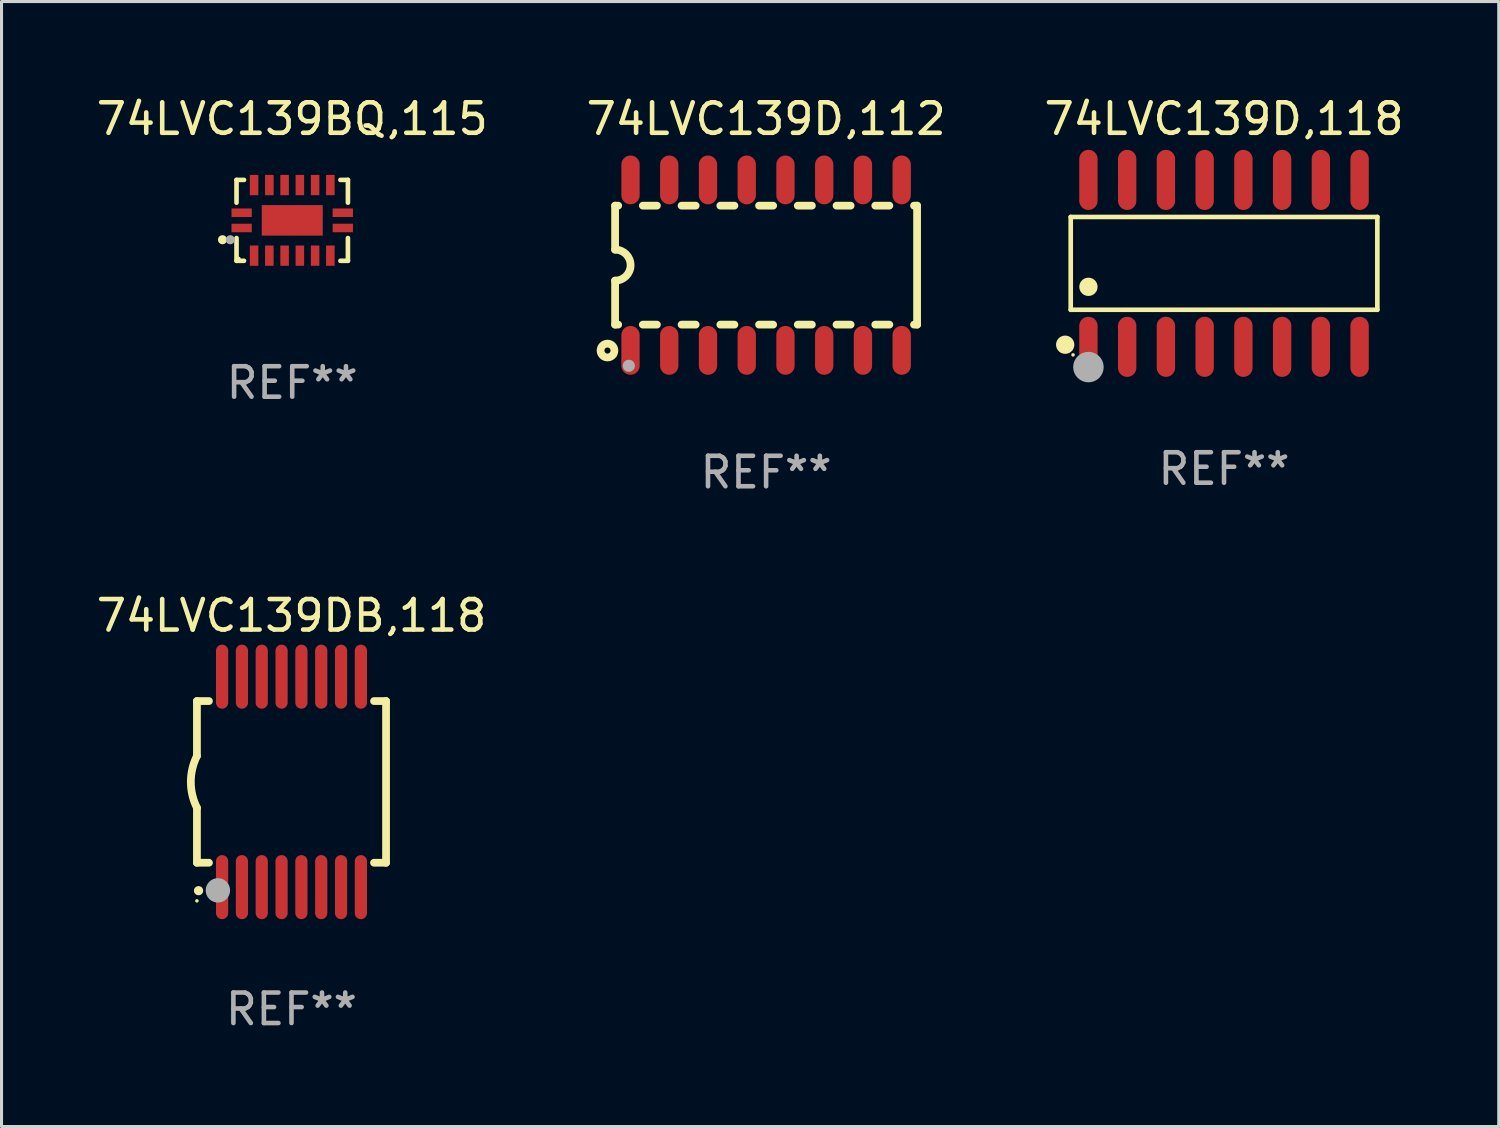
<source format=kicad_pcb>
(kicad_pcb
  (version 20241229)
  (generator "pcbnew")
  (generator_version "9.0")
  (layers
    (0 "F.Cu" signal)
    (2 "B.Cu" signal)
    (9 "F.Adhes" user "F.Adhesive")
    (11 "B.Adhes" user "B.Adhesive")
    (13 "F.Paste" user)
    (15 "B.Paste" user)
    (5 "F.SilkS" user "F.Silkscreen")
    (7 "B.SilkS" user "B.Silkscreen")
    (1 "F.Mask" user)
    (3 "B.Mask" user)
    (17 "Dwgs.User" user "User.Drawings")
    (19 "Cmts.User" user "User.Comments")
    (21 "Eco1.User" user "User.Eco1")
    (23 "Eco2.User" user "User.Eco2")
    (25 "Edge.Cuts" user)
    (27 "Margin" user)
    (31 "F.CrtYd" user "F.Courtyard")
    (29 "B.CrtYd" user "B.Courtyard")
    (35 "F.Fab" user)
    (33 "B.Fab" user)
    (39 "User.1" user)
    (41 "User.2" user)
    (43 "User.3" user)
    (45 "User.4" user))
  (footprint "74LVC139D,118"
    (layer "F.Cu")
    (at 37.077 5.584)
    (property "Reference" "74LVC139D,118" (at 0 -4.736 0) (layer "F.SilkS") (effects (font (size 1 1) (thickness 0.15))))
    (attr through_hole)
    (fp_line (start -5.026 -1.521) (end 5.026 -1.521) (stroke (width 0.152) (type solid)) (layer "F.SilkS"))
    (fp_line (start -5.026 1.521) (end -5.026 -1.521) (stroke (width 0.152) (type solid)) (layer "F.SilkS"))
    (fp_line (start 5.026 -1.521) (end 5.026 1.521) (stroke (width 0.152) (type solid)) (layer "F.SilkS"))
    (fp_line (start 5.026 1.521) (end -5.026 1.521) (stroke (width 0.152) (type solid)) (layer "F.SilkS"))
    (fp_circle (center -5.207 2.667) (end -5.057 2.667) (stroke (width 0.3) (type solid)) (fill no) (layer "F.SilkS"))
    (fp_circle (center -4.95 3) (end -4.92 3) (stroke (width 0.06) (type solid)) (fill no) (layer "F.SilkS"))
    (fp_circle (center -4.445 0.769) (end -4.295 0.769) (stroke (width 0.3) (type solid)) (fill no) (layer "F.SilkS"))
    (fp_circle (center -4.445 3.4) (end -4.195 3.4) (stroke (width 0.5) (type solid)) (fill no) (layer "F.Fab"))
    (fp_text user "REF**" (at 0 6.736 0) (layer "F.Fab") (effects (font (size 1 1) (thickness 0.15))))
    (pad "1" smd oval (at -4.445 2.736) (size 0.602 1.971) (layers "F.Cu" "F.Mask" "F.Paste"))
    (pad "2" smd oval (at -3.175 2.736) (size 0.602 1.971) (layers "F.Cu" "F.Mask" "F.Paste"))
    (pad "3" smd oval (at -1.905 2.736) (size 0.602 1.971) (layers "F.Cu" "F.Mask" "F.Paste"))
    (pad "4" smd oval (at -0.635 2.736) (size 0.602 1.971) (layers "F.Cu" "F.Mask" "F.Paste"))
    (pad "5" smd oval (at 0.635 2.736) (size 0.602 1.971) (layers "F.Cu" "F.Mask" "F.Paste"))
    (pad "6" smd oval (at 1.905 2.736) (size 0.602 1.971) (layers "F.Cu" "F.Mask" "F.Paste"))
    (pad "7" smd oval (at 3.175 2.736) (size 0.602 1.971) (layers "F.Cu" "F.Mask" "F.Paste"))
    (pad "8" smd oval (at 4.445 2.736) (size 0.602 1.971) (layers "F.Cu" "F.Mask" "F.Paste"))
    (pad "9" smd oval (at 4.445 -2.736) (size 0.602 1.971) (layers "F.Cu" "F.Mask" "F.Paste"))
    (pad "10" smd oval (at 3.175 -2.736) (size 0.602 1.971) (layers "F.Cu" "F.Mask" "F.Paste"))
    (pad "11" smd oval (at 1.905 -2.736) (size 0.602 1.971) (layers "F.Cu" "F.Mask" "F.Paste"))
    (pad "12" smd oval (at 0.635 -2.736) (size 0.602 1.971) (layers "F.Cu" "F.Mask" "F.Paste"))
    (pad "13" smd oval (at -0.635 -2.736) (size 0.602 1.971) (layers "F.Cu" "F.Mask" "F.Paste"))
    (pad "14" smd oval (at -1.905 -2.736) (size 0.602 1.971) (layers "F.Cu" "F.Mask" "F.Paste"))
    (pad "15" smd oval (at -3.175 -2.736) (size 0.602 1.971) (layers "F.Cu" "F.Mask" "F.Paste"))
    (pad "16" smd oval (at -4.445 -2.736) (size 0.602 1.971) (layers "F.Cu" "F.Mask" "F.Paste")))
  (footprint "74LVC139BQ,115"
    (layer "F.Cu")
    (at 6.53 4.174)
    (property "Reference" "74LVC139BQ,115" (at 0 -3.326 0) (layer "F.SilkS") (effects (font (size 1 1) (thickness 0.15))))
    (attr through_hole)
    (fp_line (start -1.826 -1.326) (end -1.58 -1.326) (stroke (width 0.152) (type solid)) (layer "F.SilkS"))
    (fp_line (start -1.826 -0.58) (end -1.826 -1.326) (stroke (width 0.152) (type solid)) (layer "F.SilkS"))
    (fp_line (start -1.826 0.58) (end -1.826 1.326) (stroke (width 0.152) (type solid)) (layer "F.SilkS"))
    (fp_line (start -1.826 1.326) (end -1.58 1.326) (stroke (width 0.152) (type solid)) (layer "F.SilkS"))
    (fp_line (start 1.826 -1.326) (end 1.58 -1.326) (stroke (width 0.152) (type solid)) (layer "F.SilkS"))
    (fp_line (start 1.826 -0.58) (end 1.826 -1.326) (stroke (width 0.152) (type solid)) (layer "F.SilkS"))
    (fp_line (start 1.826 0.58) (end 1.826 1.326) (stroke (width 0.152) (type solid)) (layer "F.SilkS"))
    (fp_line (start 1.826 1.326) (end 1.58 1.326) (stroke (width 0.152) (type solid)) (layer "F.SilkS"))
    (fp_circle (center -2.286 0.635) (end -2.211 0.635) (stroke (width 0.15) (type solid)) (fill no) (layer "F.SilkS"))
    (fp_circle (center -1.75 1.25) (end -1.72 1.25) (stroke (width 0.06) (type solid)) (fill no) (layer "F.SilkS"))
    (fp_circle (center -2.032 0.635) (end -1.957 0.635) (stroke (width 0.15) (type solid)) (fill no) (layer "F.Fab"))
    (fp_text user "REF**" (at 0 5.326 0) (layer "F.Fab") (effects (font (size 1 1) (thickness 0.15))))
    (pad "1" smd rect (at -1.658 0.25) (size 0.665 0.28) (layers "F.Cu" "F.Mask" "F.Paste"))
    (pad "2" smd rect (at -1.25 1.157) (size 0.28 0.665) (layers "F.Cu" "F.Mask" "F.Paste"))
    (pad "3" smd rect (at -0.75 1.157) (size 0.28 0.665) (layers "F.Cu" "F.Mask" "F.Paste"))
    (pad "4" smd rect (at -0.25 1.157) (size 0.28 0.665) (layers "F.Cu" "F.Mask" "F.Paste"))
    (pad "5" smd rect (at 0.25 1.157) (size 0.28 0.665) (layers "F.Cu" "F.Mask" "F.Paste"))
    (pad "6" smd rect (at 0.75 1.157) (size 0.28 0.665) (layers "F.Cu" "F.Mask" "F.Paste"))
    (pad "7" smd rect (at 1.25 1.157) (size 0.28 0.665) (layers "F.Cu" "F.Mask" "F.Paste"))
    (pad "8" smd rect (at 1.658 0.25) (size 0.665 0.28) (layers "F.Cu" "F.Mask" "F.Paste"))
    (pad "9" smd rect (at 1.658 -0.25) (size 0.665 0.28) (layers "F.Cu" "F.Mask" "F.Paste"))
    (pad "10" smd rect (at 1.25 -1.157) (size 0.28 0.665) (layers "F.Cu" "F.Mask" "F.Paste"))
    (pad "11" smd rect (at 0.75 -1.157) (size 0.28 0.665) (layers "F.Cu" "F.Mask" "F.Paste"))
    (pad "12" smd rect (at 0.25 -1.157) (size 0.28 0.665) (layers "F.Cu" "F.Mask" "F.Paste"))
    (pad "13" smd rect (at -0.25 -1.157) (size 0.28 0.665) (layers "F.Cu" "F.Mask" "F.Paste"))
    (pad "14" smd rect (at -0.75 -1.157) (size 0.28 0.665) (layers "F.Cu" "F.Mask" "F.Paste"))
    (pad "15" smd rect (at -1.25 -1.157) (size 0.28 0.665) (layers "F.Cu" "F.Mask" "F.Paste"))
    (pad "16" smd rect (at -1.658 -0.25) (size 0.665 0.28) (layers "F.Cu" "F.Mask" "F.Paste"))
    (pad "17" smd rect (at 0 0) (size 2 1) (layers "F.Cu" "F.Mask" "F.Paste")))
  (footprint "74LVC139D,112"
    (layer "F.Cu")
    (at 22.065 5.642)
    (property "Reference" "74LVC139D,112" (at 0 -4.794 0) (layer "F.SilkS") (effects (font (size 1 1) (thickness 0.15))))
    (attr through_hole)
    (fp_line (start -4.95 -1.95) (end -4.95 -0.508) (stroke (width 0.254) (type solid)) (layer "F.SilkS"))
    (fp_line (start -4.95 -1.95) (end -4.849 -1.95) (stroke (width 0.254) (type solid)) (layer "F.SilkS"))
    (fp_line (start -4.95 1.95) (end -4.95 0.508) (stroke (width 0.254) (type solid)) (layer "F.SilkS"))
    (fp_line (start -4.95 1.95) (end -4.849 1.95) (stroke (width 0.254) (type solid)) (layer "F.SilkS"))
    (fp_line (start -4.041 -1.95) (end -3.579 -1.95) (stroke (width 0.254) (type solid)) (layer "F.SilkS"))
    (fp_line (start -4.041 1.95) (end -3.579 1.95) (stroke (width 0.254) (type solid)) (layer "F.SilkS"))
    (fp_line (start -2.771 -1.95) (end -2.309 -1.95) (stroke (width 0.254) (type solid)) (layer "F.SilkS"))
    (fp_line (start -2.771 1.95) (end -2.309 1.95) (stroke (width 0.254) (type solid)) (layer "F.SilkS"))
    (fp_line (start -1.501 -1.95) (end -1.039 -1.95) (stroke (width 0.254) (type solid)) (layer "F.SilkS"))
    (fp_line (start -1.501 1.95) (end -1.039 1.95) (stroke (width 0.254) (type solid)) (layer "F.SilkS"))
    (fp_line (start -0.231 -1.95) (end 0.231 -1.95) (stroke (width 0.254) (type solid)) (layer "F.SilkS"))
    (fp_line (start -0.231 1.95) (end 0.231 1.95) (stroke (width 0.254) (type solid)) (layer "F.SilkS"))
    (fp_line (start 1.039 -1.95) (end 1.501 -1.95) (stroke (width 0.254) (type solid)) (layer "F.SilkS"))
    (fp_line (start 1.039 1.95) (end 1.501 1.95) (stroke (width 0.254) (type solid)) (layer "F.SilkS"))
    (fp_line (start 2.309 -1.95) (end 2.771 -1.95) (stroke (width 0.254) (type solid)) (layer "F.SilkS"))
    (fp_line (start 2.309 1.95) (end 2.771 1.95) (stroke (width 0.254) (type solid)) (layer "F.SilkS"))
    (fp_line (start 3.579 -1.95) (end 4.041 -1.95) (stroke (width 0.254) (type solid)) (layer "F.SilkS"))
    (fp_line (start 3.579 1.95) (end 4.041 1.95) (stroke (width 0.254) (type solid)) (layer "F.SilkS"))
    (fp_line (start 4.849 -1.95) (end 4.95 -1.95) (stroke (width 0.254) (type solid)) (layer "F.SilkS"))
    (fp_line (start 4.849 1.95) (end 4.95 1.95) (stroke (width 0.254) (type solid)) (layer "F.SilkS"))
    (fp_line (start 4.95 -1.95) (end 4.95 1.95) (stroke (width 0.254) (type solid)) (layer "F.SilkS"))
    (fp_arc (start -4.95047 -0.508001) (mid -4.442469 -0.000228) (end -4.950013 0.508001) (stroke (width 0.254001) (type solid)) (layer "F.SilkS"))
    (fp_circle (center -5.2 2.8) (end -5.1 2.8) (stroke (width 0.254) (type solid)) (fill no) (layer "F.SilkS"))
    (fp_circle (center -4.95 2.947) (end -4.92 2.947) (stroke (width 0.06) (type solid)) (fill no) (layer "F.SilkS"))
    (fp_circle (center -4.5 3.3) (end -4.4 3.3) (stroke (width 0.2) (type solid)) (fill no) (layer "F.Fab"))
    (fp_text user "REF**" (at 0 6.794 0) (layer "F.Fab") (effects (font (size 1 1) (thickness 0.15))))
    (pad "1" smd oval (at -4.445 2.794) (size 0.6 1.6) (layers "F.Cu" "F.Mask" "F.Paste"))
    (pad "2" smd oval (at -3.175 2.794) (size 0.6 1.6) (layers "F.Cu" "F.Mask" "F.Paste"))
    (pad "3" smd oval (at -1.905 2.794) (size 0.6 1.6) (layers "F.Cu" "F.Mask" "F.Paste"))
    (pad "4" smd oval (at -0.635 2.794) (size 0.6 1.6) (layers "F.Cu" "F.Mask" "F.Paste"))
    (pad "5" smd oval (at 0.635 2.794) (size 0.6 1.6) (layers "F.Cu" "F.Mask" "F.Paste"))
    (pad "6" smd oval (at 1.905 2.794) (size 0.6 1.6) (layers "F.Cu" "F.Mask" "F.Paste"))
    (pad "7" smd oval (at 3.175 2.794) (size 0.6 1.6) (layers "F.Cu" "F.Mask" "F.Paste"))
    (pad "8" smd oval (at 4.445 2.794) (size 0.6 1.6) (layers "F.Cu" "F.Mask" "F.Paste"))
    (pad "9" smd oval (at 4.445 -2.794) (size 0.6 1.6) (layers "F.Cu" "F.Mask" "F.Paste"))
    (pad "10" smd oval (at 3.175 -2.794) (size 0.6 1.6) (layers "F.Cu" "F.Mask" "F.Paste"))
    (pad "11" smd oval (at 1.905 -2.794) (size 0.6 1.6) (layers "F.Cu" "F.Mask" "F.Paste"))
    (pad "12" smd oval (at 0.635 -2.794) (size 0.6 1.6) (layers "F.Cu" "F.Mask" "F.Paste"))
    (pad "13" smd oval (at -0.635 -2.794) (size 0.6 1.6) (layers "F.Cu" "F.Mask" "F.Paste"))
    (pad "14" smd oval (at -1.905 -2.794) (size 0.6 1.6) (layers "F.Cu" "F.Mask" "F.Paste"))
    (pad "15" smd oval (at -3.175 -2.794) (size 0.6 1.6) (layers "F.Cu" "F.Mask" "F.Paste"))
    (pad "16" smd oval (at -4.445 -2.794) (size 0.6 1.6) (layers "F.Cu" "F.Mask" "F.Paste")))
  (footprint "74LVC139DB,118"
    (layer "F.Cu")
    (at 6.506 22.583)
    (property "Reference" "74LVC139DB,118" (at 0 -5.45 0) (layer "F.SilkS") (effects (font (size 1 1) (thickness 0.15))))
    (attr through_hole)
    (fp_line (start -3.1 -2.65) (end -3.1 -0.85) (stroke (width 0.254) (type solid)) (layer "F.SilkS"))
    (fp_line (start -3.1 -2.65) (end -2.706 -2.65) (stroke (width 0.254) (type solid)) (layer "F.SilkS"))
    (fp_line (start -3.1 2.65) (end -3.1 0.85) (stroke (width 0.254) (type solid)) (layer "F.SilkS"))
    (fp_line (start -3.1 2.65) (end -2.706 2.65) (stroke (width 0.254) (type solid)) (layer "F.SilkS"))
    (fp_line (start 2.706 -2.65) (end 3.1 -2.65) (stroke (width 0.254) (type solid)) (layer "F.SilkS"))
    (fp_line (start 2.706 2.65) (end 3.1 2.65) (stroke (width 0.254) (type solid)) (layer "F.SilkS"))
    (fp_line (start 3.1 -2.65) (end 3.1 2.65) (stroke (width 0.254) (type solid)) (layer "F.SilkS"))
    (fp_arc (start -3.098907 0.850902) (mid -3.300057 0.000523) (end -3.1 -0.850114) (stroke (width 0.254001) (type solid)) (layer "F.SilkS"))
    (fp_arc (start -3.048006 3.566066) (mid -3.046736 3.566061) (end -3.045466 3.566066) (stroke (width 0.3) (type solid)) (layer "F.SilkS"))
    (fp_circle (center -3.1 3.9) (end -3.07 3.9) (stroke (width 0.06) (type solid)) (fill no) (layer "F.SilkS"))
    (fp_circle (center -2.413 3.556) (end -2.213 3.556) (stroke (width 0.4) (type solid)) (fill no) (layer "F.Fab"))
    (fp_text user "REF**" (at 0 7.45 0) (layer "F.Fab") (effects (font (size 1 1) (thickness 0.15))))
    (pad "1" smd oval (at -2.275 3.45 180) (size 0.4 2.1) (layers "F.Cu" "F.Mask" "F.Paste"))
    (pad "2" smd oval (at -1.625 3.45 180) (size 0.4 2.1) (layers "F.Cu" "F.Mask" "F.Paste"))
    (pad "3" smd oval (at -0.975 3.45 180) (size 0.4 2.1) (layers "F.Cu" "F.Mask" "F.Paste"))
    (pad "4" smd oval (at -0.325 3.45 180) (size 0.4 2.1) (layers "F.Cu" "F.Mask" "F.Paste"))
    (pad "5" smd oval (at 0.325 3.45 180) (size 0.4 2.1) (layers "F.Cu" "F.Mask" "F.Paste"))
    (pad "6" smd oval (at 0.975 3.45 180) (size 0.4 2.1) (layers "F.Cu" "F.Mask" "F.Paste"))
    (pad "7" smd oval (at 1.625 3.45 180) (size 0.4 2.1) (layers "F.Cu" "F.Mask" "F.Paste"))
    (pad "8" smd oval (at 2.275 3.45 180) (size 0.4 2.1) (layers "F.Cu" "F.Mask" "F.Paste"))
    (pad "9" smd oval (at 2.275 -3.45 180) (size 0.4 2.1) (layers "F.Cu" "F.Mask" "F.Paste"))
    (pad "10" smd oval (at 1.625 -3.45 180) (size 0.4 2.1) (layers "F.Cu" "F.Mask" "F.Paste"))
    (pad "11" smd oval (at 0.975 -3.45 180) (size 0.4 2.1) (layers "F.Cu" "F.Mask" "F.Paste"))
    (pad "12" smd oval (at 0.325 -3.45 180) (size 0.4 2.1) (layers "F.Cu" "F.Mask" "F.Paste"))
    (pad "13" smd oval (at -0.325 -3.45 180) (size 0.4 2.1) (layers "F.Cu" "F.Mask" "F.Paste"))
    (pad "14" smd oval (at -0.975 -3.45 180) (size 0.4 2.1) (layers "F.Cu" "F.Mask" "F.Paste"))
    (pad "15" smd oval (at -1.625 -3.45 180) (size 0.4 2.1) (layers "F.Cu" "F.Mask" "F.Paste"))
    (pad "16" smd oval (at -2.275 -3.45 180) (size 0.4 2.1) (layers "F.Cu" "F.Mask" "F.Paste")))
  (gr_rect
    (start -3 -3)
    (end 46.083 33.881)
    (stroke (width 0.1) (type default))
    (fill no)
    (layer "Edge.Cuts")))
</source>
